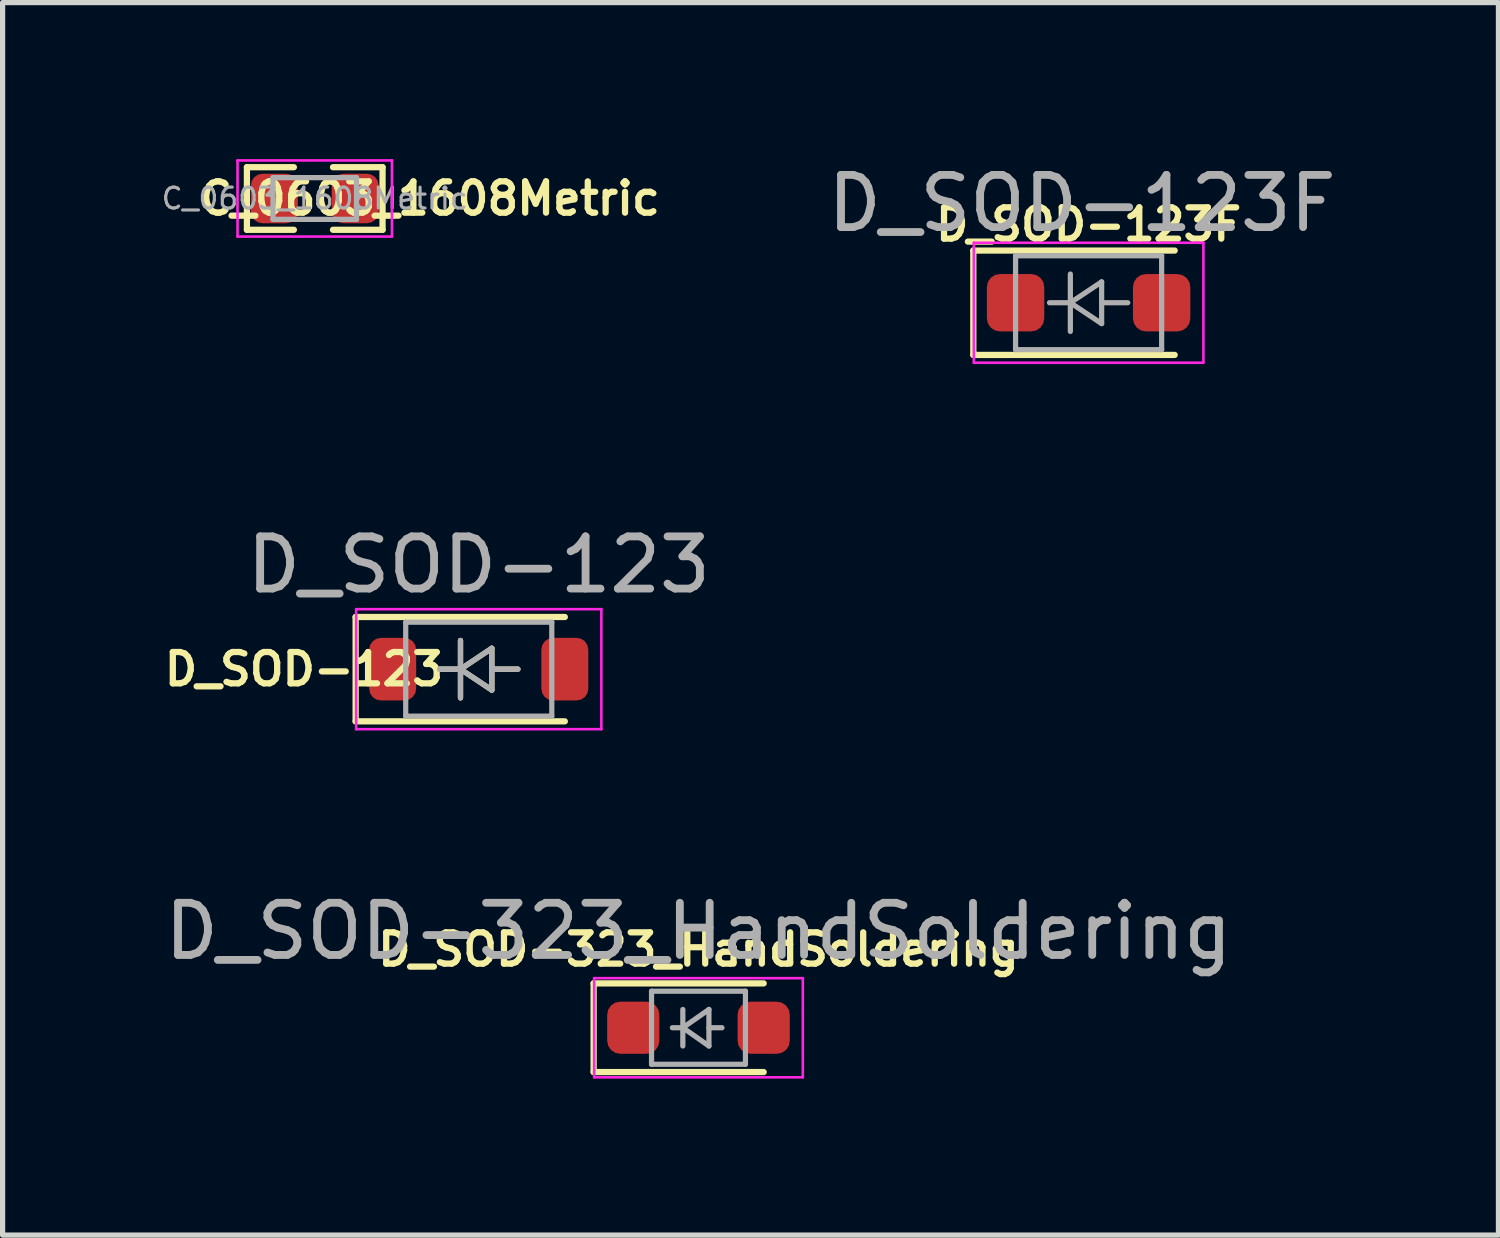
<source format=kicad_pcb>
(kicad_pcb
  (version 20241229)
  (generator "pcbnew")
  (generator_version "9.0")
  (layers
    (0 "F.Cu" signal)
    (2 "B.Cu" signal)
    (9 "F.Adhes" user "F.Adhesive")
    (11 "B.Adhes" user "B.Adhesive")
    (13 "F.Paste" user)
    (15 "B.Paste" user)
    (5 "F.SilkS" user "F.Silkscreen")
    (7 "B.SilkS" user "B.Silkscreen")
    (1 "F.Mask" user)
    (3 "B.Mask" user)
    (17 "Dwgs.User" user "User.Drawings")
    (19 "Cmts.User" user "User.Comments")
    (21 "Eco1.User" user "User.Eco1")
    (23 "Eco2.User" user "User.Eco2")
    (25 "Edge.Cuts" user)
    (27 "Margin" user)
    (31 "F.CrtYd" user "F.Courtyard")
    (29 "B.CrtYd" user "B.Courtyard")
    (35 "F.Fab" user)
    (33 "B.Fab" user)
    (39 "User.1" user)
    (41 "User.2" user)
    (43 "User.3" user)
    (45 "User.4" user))
  (footprint "D_SOD-323_HandSoldering"
    (layer "F.Cu")
    (at 10.339 16.65)
    (property "Reference" "D_SOD-323_HandSoldering" (at 0 -1.5 0) (layer "F.SilkS") (effects (font (size 0.6 0.6) (thickness 0.12))))
    (attr smd)
    (fp_line (start -2.01 -0.85) (end -2.01 0.85) (stroke (width 0.12) (type solid)) (layer "F.SilkS"))
    (fp_line (start -2.01 -0.85) (end 1.25 -0.85) (stroke (width 0.12) (type solid)) (layer "F.SilkS"))
    (fp_line (start -2.01 0.85) (end 1.25 0.85) (stroke (width 0.12) (type solid)) (layer "F.SilkS"))
    (fp_line (start -2 -0.95) (end -2 0.95) (stroke (width 0.05) (type solid)) (layer "F.CrtYd"))
    (fp_line (start -2 -0.95) (end 2 -0.95) (stroke (width 0.05) (type solid)) (layer "F.CrtYd"))
    (fp_line (start -2 0.95) (end 2 0.95) (stroke (width 0.05) (type solid)) (layer "F.CrtYd"))
    (fp_line (start 2 -0.95) (end 2 0.95) (stroke (width 0.05) (type solid)) (layer "F.CrtYd"))
    (fp_line (start -0.9 -0.7) (end 0.9 -0.7) (stroke (width 0.1) (type solid)) (layer "F.Fab"))
    (fp_line (start -0.9 0.7) (end -0.9 -0.7) (stroke (width 0.1) (type solid)) (layer "F.Fab"))
    (fp_line (start -0.3 -0.35) (end -0.3 0.35) (stroke (width 0.1) (type solid)) (layer "F.Fab"))
    (fp_line (start -0.3 0) (end -0.5 0) (stroke (width 0.1) (type solid)) (layer "F.Fab"))
    (fp_line (start -0.3 0) (end 0.2 -0.35) (stroke (width 0.1) (type solid)) (layer "F.Fab"))
    (fp_line (start 0.2 -0.35) (end 0.2 0.35) (stroke (width 0.1) (type solid)) (layer "F.Fab"))
    (fp_line (start 0.2 0) (end 0.45 0) (stroke (width 0.1) (type solid)) (layer "F.Fab"))
    (fp_line (start 0.2 0.35) (end -0.3 0) (stroke (width 0.1) (type solid)) (layer "F.Fab"))
    (fp_line (start 0.9 -0.7) (end 0.9 0.7) (stroke (width 0.1) (type solid)) (layer "F.Fab"))
    (fp_line (start 0.9 0.7) (end -0.9 0.7) (stroke (width 0.1) (type solid)) (layer "F.Fab"))
    (fp_text user "${REFERENCE}" (at 0 -1.85 0) (layer "F.Fab") (effects (font (size 1 1) (thickness 0.15))))
    (pad "1" smd roundrect (at -1.25 0) (size 1 1) (layers "F.Cu" "F.Mask" "F.Paste") (roundrect_rratio 0.25))
    (pad "2" smd roundrect (at 1.25 0) (size 1 1) (layers "F.Cu" "F.Mask" "F.Paste") (roundrect_rratio 0.25)))
  (footprint "D_SOD-123"
    (layer "F.Cu")
    (at 6.127 9.777)
    (property "Reference" "D_SOD-123" (at -3.35 0 0) (layer "F.SilkS") (effects (font (size 0.6 0.6) (thickness 0.12))))
    (attr smd)
    (fp_line (start -2.36 -1) (end -2.36 1) (stroke (width 0.12) (type solid)) (layer "F.SilkS"))
    (fp_line (start -2.36 -1) (end 1.65 -1) (stroke (width 0.12) (type solid)) (layer "F.SilkS"))
    (fp_line (start -2.36 1) (end 1.65 1) (stroke (width 0.12) (type solid)) (layer "F.SilkS"))
    (fp_line (start -0.75 0) (end -0.35 0) (stroke (width 0.1) (type solid)) (layer "F.SilkS"))
    (fp_line (start -0.35 0) (end -0.35 -0.55) (stroke (width 0.1) (type solid)) (layer "F.SilkS"))
    (fp_line (start -0.35 0) (end -0.35 0.55) (stroke (width 0.1) (type solid)) (layer "F.SilkS"))
    (fp_line (start -0.35 0) (end 0.25 -0.4) (stroke (width 0.1) (type solid)) (layer "F.SilkS"))
    (fp_line (start 0.25 -0.4) (end 0.25 0.4) (stroke (width 0.1) (type solid)) (layer "F.SilkS"))
    (fp_line (start 0.25 0) (end 0.75 0) (stroke (width 0.1) (type solid)) (layer "F.SilkS"))
    (fp_line (start 0.25 0.4) (end -0.35 0) (stroke (width 0.1) (type solid)) (layer "F.SilkS"))
    (fp_line (start -2.35 -1.15) (end -2.35 1.15) (stroke (width 0.05) (type solid)) (layer "F.CrtYd"))
    (fp_line (start -2.35 -1.15) (end 2.35 -1.15) (stroke (width 0.05) (type solid)) (layer "F.CrtYd"))
    (fp_line (start 2.35 -1.15) (end 2.35 1.15) (stroke (width 0.05) (type solid)) (layer "F.CrtYd"))
    (fp_line (start 2.35 1.15) (end -2.35 1.15) (stroke (width 0.05) (type solid)) (layer "F.CrtYd"))
    (fp_line (start -1.4 -0.9) (end 1.4 -0.9) (stroke (width 0.1) (type solid)) (layer "F.Fab"))
    (fp_line (start -1.4 0.9) (end -1.4 -0.9) (stroke (width 0.1) (type solid)) (layer "F.Fab"))
    (fp_line (start -0.75 0) (end -0.35 0) (stroke (width 0.1) (type solid)) (layer "F.Fab"))
    (fp_line (start -0.75 0) (end -0.35 0) (stroke (width 0.1) (type solid)) (layer "F.Fab"))
    (fp_line (start -0.35 0) (end -0.35 -0.55) (stroke (width 0.1) (type solid)) (layer "F.Fab"))
    (fp_line (start -0.35 0) (end -0.35 -0.55) (stroke (width 0.1) (type solid)) (layer "F.Fab"))
    (fp_line (start -0.35 0) (end -0.35 0.55) (stroke (width 0.1) (type solid)) (layer "F.Fab"))
    (fp_line (start -0.35 0) (end -0.35 0.55) (stroke (width 0.1) (type solid)) (layer "F.Fab"))
    (fp_line (start -0.35 0) (end 0.25 -0.4) (stroke (width 0.1) (type solid)) (layer "F.Fab"))
    (fp_line (start -0.35 0) (end 0.25 -0.4) (stroke (width 0.1) (type solid)) (layer "F.Fab"))
    (fp_line (start 0.25 -0.4) (end 0.25 0.4) (stroke (width 0.1) (type solid)) (layer "F.Fab"))
    (fp_line (start 0.25 -0.4) (end 0.25 0.4) (stroke (width 0.1) (type solid)) (layer "F.Fab"))
    (fp_line (start 0.25 0) (end 0.75 0) (stroke (width 0.1) (type solid)) (layer "F.Fab"))
    (fp_line (start 0.25 0) (end 0.75 0) (stroke (width 0.1) (type solid)) (layer "F.Fab"))
    (fp_line (start 0.25 0.4) (end -0.35 0) (stroke (width 0.1) (type solid)) (layer "F.Fab"))
    (fp_line (start 0.25 0.4) (end -0.35 0) (stroke (width 0.1) (type solid)) (layer "F.Fab"))
    (fp_line (start 1.4 -0.9) (end 1.4 0.9) (stroke (width 0.1) (type solid)) (layer "F.Fab"))
    (fp_line (start 1.4 0.9) (end -1.4 0.9) (stroke (width 0.1) (type solid)) (layer "F.Fab"))
    (fp_text user "${REFERENCE}" (at 0 -2 0) (layer "F.Fab") (effects (font (size 1 1) (thickness 0.15))))
    (pad "1" smd roundrect (at -1.65 0) (size 0.9 1.2) (layers "F.Cu" "F.Mask" "F.Paste") (roundrect_rratio 0.25))
    (pad "2" smd roundrect (at 1.65 0) (size 0.9 1.2) (layers "F.Cu" "F.Mask" "F.Paste") (roundrect_rratio 0.25)))
  (footprint "C_0603_1608Metric"
    (layer "F.Cu")
    (at 2.983 0.755)
    (property "Reference" "C_0603_1608Metric" (at 2.205 0 0) (layer "F.SilkS") (effects (font (size 0.6 0.6) (thickness 0.12))))
    (attr smd)
    (fp_line (start -1.3 -0.6) (end -1.3 0.6) (stroke (width 0.12) (type default)) (layer "F.SilkS"))
    (fp_line (start -1.3 0.6) (end -0.4 0.6) (stroke (width 0.12) (type default)) (layer "F.SilkS"))
    (fp_line (start -0.4 -0.6) (end -1.3 -0.6) (stroke (width 0.12) (type default)) (layer "F.SilkS"))
    (fp_line (start 0.35 0.6) (end 1.3 0.6) (stroke (width 0.12) (type default)) (layer "F.SilkS"))
    (fp_line (start 1.3 -0.6) (end 0.35 -0.6) (stroke (width 0.12) (type default)) (layer "F.SilkS"))
    (fp_line (start 1.3 0.6) (end 1.3 -0.6) (stroke (width 0.12) (type default)) (layer "F.SilkS"))
    (fp_line (start -1.48 -0.73) (end 1.48 -0.73) (stroke (width 0.05) (type solid)) (layer "F.CrtYd"))
    (fp_line (start -1.48 0.73) (end -1.48 -0.73) (stroke (width 0.05) (type solid)) (layer "F.CrtYd"))
    (fp_line (start 1.48 -0.73) (end 1.48 0.73) (stroke (width 0.05) (type solid)) (layer "F.CrtYd"))
    (fp_line (start 1.48 0.73) (end -1.48 0.73) (stroke (width 0.05) (type solid)) (layer "F.CrtYd"))
    (fp_line (start -0.8 -0.4) (end 0.8 -0.4) (stroke (width 0.1) (type solid)) (layer "F.Fab"))
    (fp_line (start -0.8 0.4) (end -0.8 -0.4) (stroke (width 0.1) (type solid)) (layer "F.Fab"))
    (fp_line (start 0.8 -0.4) (end 0.8 0.4) (stroke (width 0.1) (type solid)) (layer "F.Fab"))
    (fp_line (start 0.8 0.4) (end -0.8 0.4) (stroke (width 0.1) (type solid)) (layer "F.Fab"))
    (fp_text user "${REFERENCE}" (at 0 0 0) (layer "F.Fab") (effects (font (size 0.4 0.4) (thickness 0.06))))
    (pad "1" smd roundrect (at -0.775 0) (size 0.9 0.95) (layers "F.Cu" "F.Mask" "F.Paste") (roundrect_rratio 0.25))
    (pad "2" smd roundrect (at 0.775 0) (size 0.9 0.95) (layers "F.Cu" "F.Mask" "F.Paste") (roundrect_rratio 0.25)))
  (footprint "D_SOD-123F"
    (layer "F.Cu")
    (at 17.817 2.753)
    (property "Reference" "D_SOD-123F" (at 0 -1.5 0) (layer "F.SilkS") (effects (font (size 0.6 0.6) (thickness 0.12) (bold yes))))
    (attr smd)
    (fp_line (start -2.21 -1) (end -2.21 1) (stroke (width 0.12) (type solid)) (layer "F.SilkS"))
    (fp_line (start -2.21 -1) (end 1.65 -1) (stroke (width 0.12) (type solid)) (layer "F.SilkS"))
    (fp_line (start -2.21 1) (end 1.65 1) (stroke (width 0.12) (type solid)) (layer "F.SilkS"))
    (fp_line (start -2.2 -1.15) (end -2.2 1.15) (stroke (width 0.05) (type solid)) (layer "F.CrtYd"))
    (fp_line (start -2.2 -1.15) (end 2.2 -1.15) (stroke (width 0.05) (type solid)) (layer "F.CrtYd"))
    (fp_line (start 2.2 -1.15) (end 2.2 1.15) (stroke (width 0.05) (type solid)) (layer "F.CrtYd"))
    (fp_line (start 2.2 1.15) (end -2.2 1.15) (stroke (width 0.05) (type solid)) (layer "F.CrtYd"))
    (fp_line (start -1.4 -0.9) (end 1.4 -0.9) (stroke (width 0.1) (type solid)) (layer "F.Fab"))
    (fp_line (start -1.4 0.9) (end -1.4 -0.9) (stroke (width 0.1) (type solid)) (layer "F.Fab"))
    (fp_line (start -0.75 0) (end -0.35 0) (stroke (width 0.1) (type solid)) (layer "F.Fab"))
    (fp_line (start -0.35 0) (end -0.35 -0.55) (stroke (width 0.1) (type solid)) (layer "F.Fab"))
    (fp_line (start -0.35 0) (end -0.35 0.55) (stroke (width 0.1) (type solid)) (layer "F.Fab"))
    (fp_line (start -0.35 0) (end 0.25 -0.4) (stroke (width 0.1) (type solid)) (layer "F.Fab"))
    (fp_line (start 0.25 -0.4) (end 0.25 0.4) (stroke (width 0.1) (type solid)) (layer "F.Fab"))
    (fp_line (start 0.25 0) (end 0.75 0) (stroke (width 0.1) (type solid)) (layer "F.Fab"))
    (fp_line (start 0.25 0.4) (end -0.35 0) (stroke (width 0.1) (type solid)) (layer "F.Fab"))
    (fp_line (start 1.4 -0.9) (end 1.4 0.9) (stroke (width 0.1) (type solid)) (layer "F.Fab"))
    (fp_line (start 1.4 0.9) (end -1.4 0.9) (stroke (width 0.1) (type solid)) (layer "F.Fab"))
    (fp_text user "${REFERENCE}" (at -0.127 -1.905 0) (layer "F.Fab") (effects (font (size 1 1) (thickness 0.15))))
    (pad "1" smd roundrect (at -1.4 0) (size 1.1 1.1) (layers "F.Cu" "F.Mask" "F.Paste") (roundrect_rratio 0.227))
    (pad "2" smd roundrect (at 1.4 0) (size 1.1 1.1) (layers "F.Cu" "F.Mask" "F.Paste") (roundrect_rratio 0.227)))
  (gr_rect
    (start -3 -3)
    (end 25.673 20.625)
    (stroke (width 0.1) (type default))
    (fill no)
    (layer "Edge.Cuts")))
</source>
